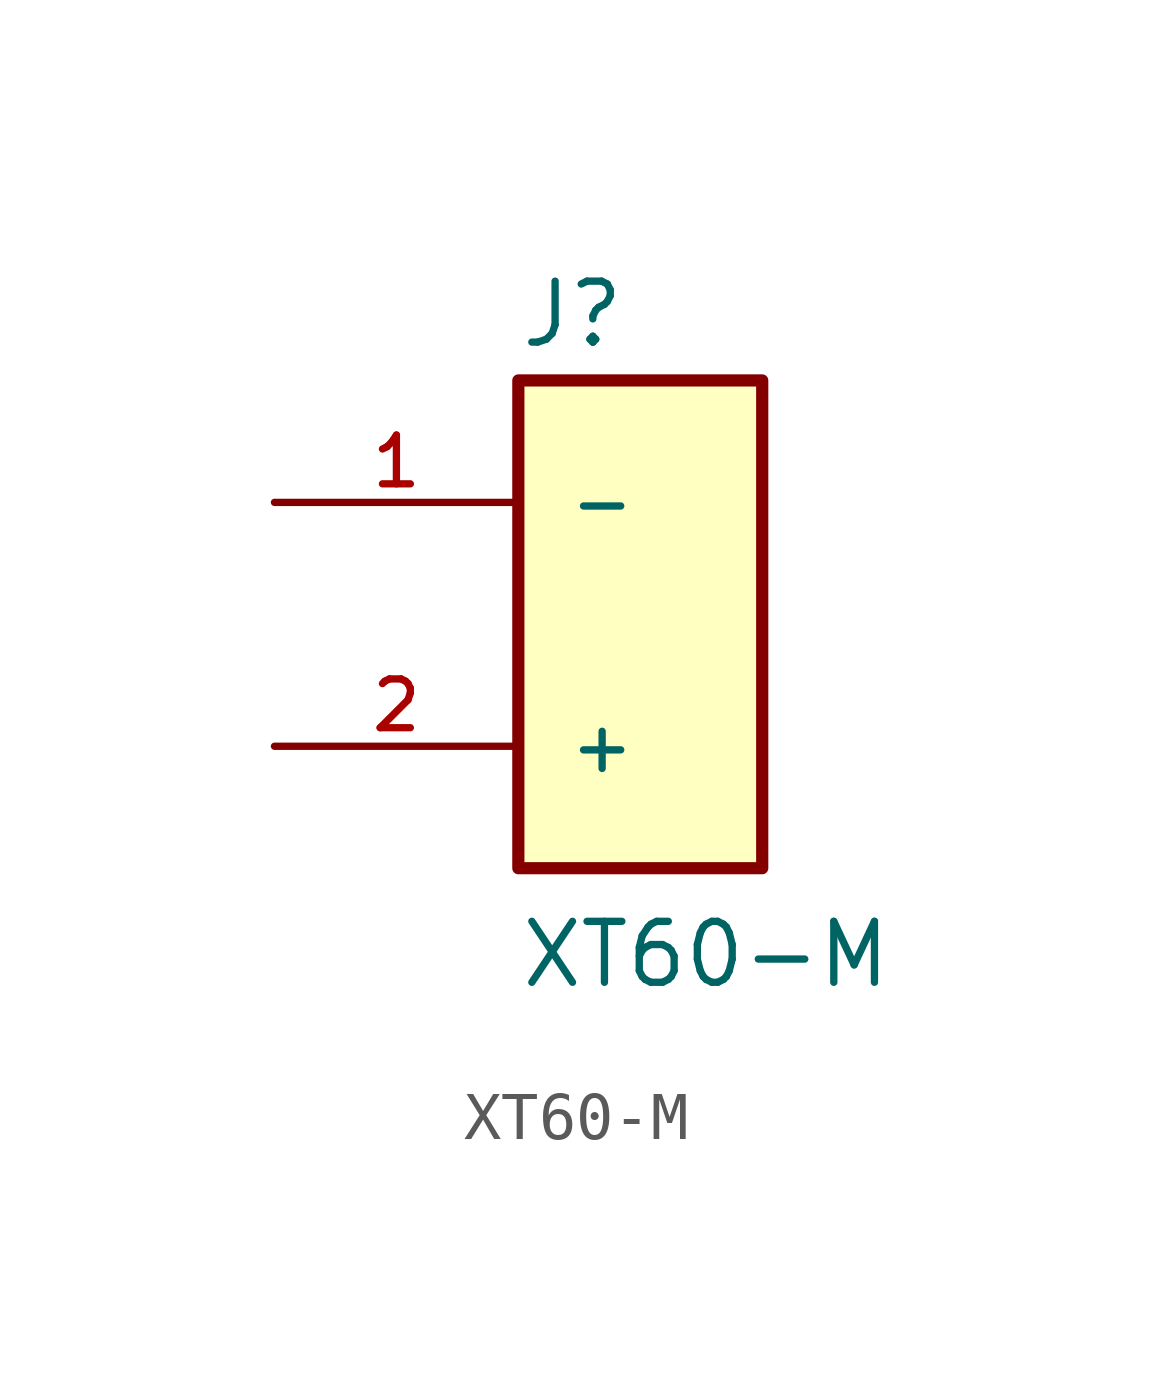
<source format=kicad_sym>
(kicad_symbol_lib
  (version 20211014)
  (generator kicad_symbol_editor)
  (symbol "XT60-M"
    (pin_names
      (offset 1.016))
    (property "Reference" "J"
      (at -2.54 5.715 0)
      (effects (font (size 1.27 1.27)) (justify left bottom)))
    (property "Value" "XT60-M"
      (at -2.54 -7.62 0)
      (effects (font (size 1.27 1.27)) (justify left bottom)))
    (property "ki_locked" ""
      (at 0 0 0)
      (effects (font (size 1.27 1.27))))
    (symbol "XT60-M_0_0"
      (rectangle (start -2.54 -5.08) (end 2.54 5.08) (stroke (width 0.254) (type default) (color 0 0 0 0)) (fill (type background)))
      (pin passive line (at -7.62 2.54 0) (length 5.08) (name "-" (effects (font (size 1.016 1.016)))) (number "1" (effects (font (size 1.016 1.016)))))
      (pin passive line (at -7.62 -2.54 0) (length 5.08) (name "+" (effects (font (size 1.016 1.016)))) (number "2" (effects (font (size 1.016 1.016))))))))
</source>
